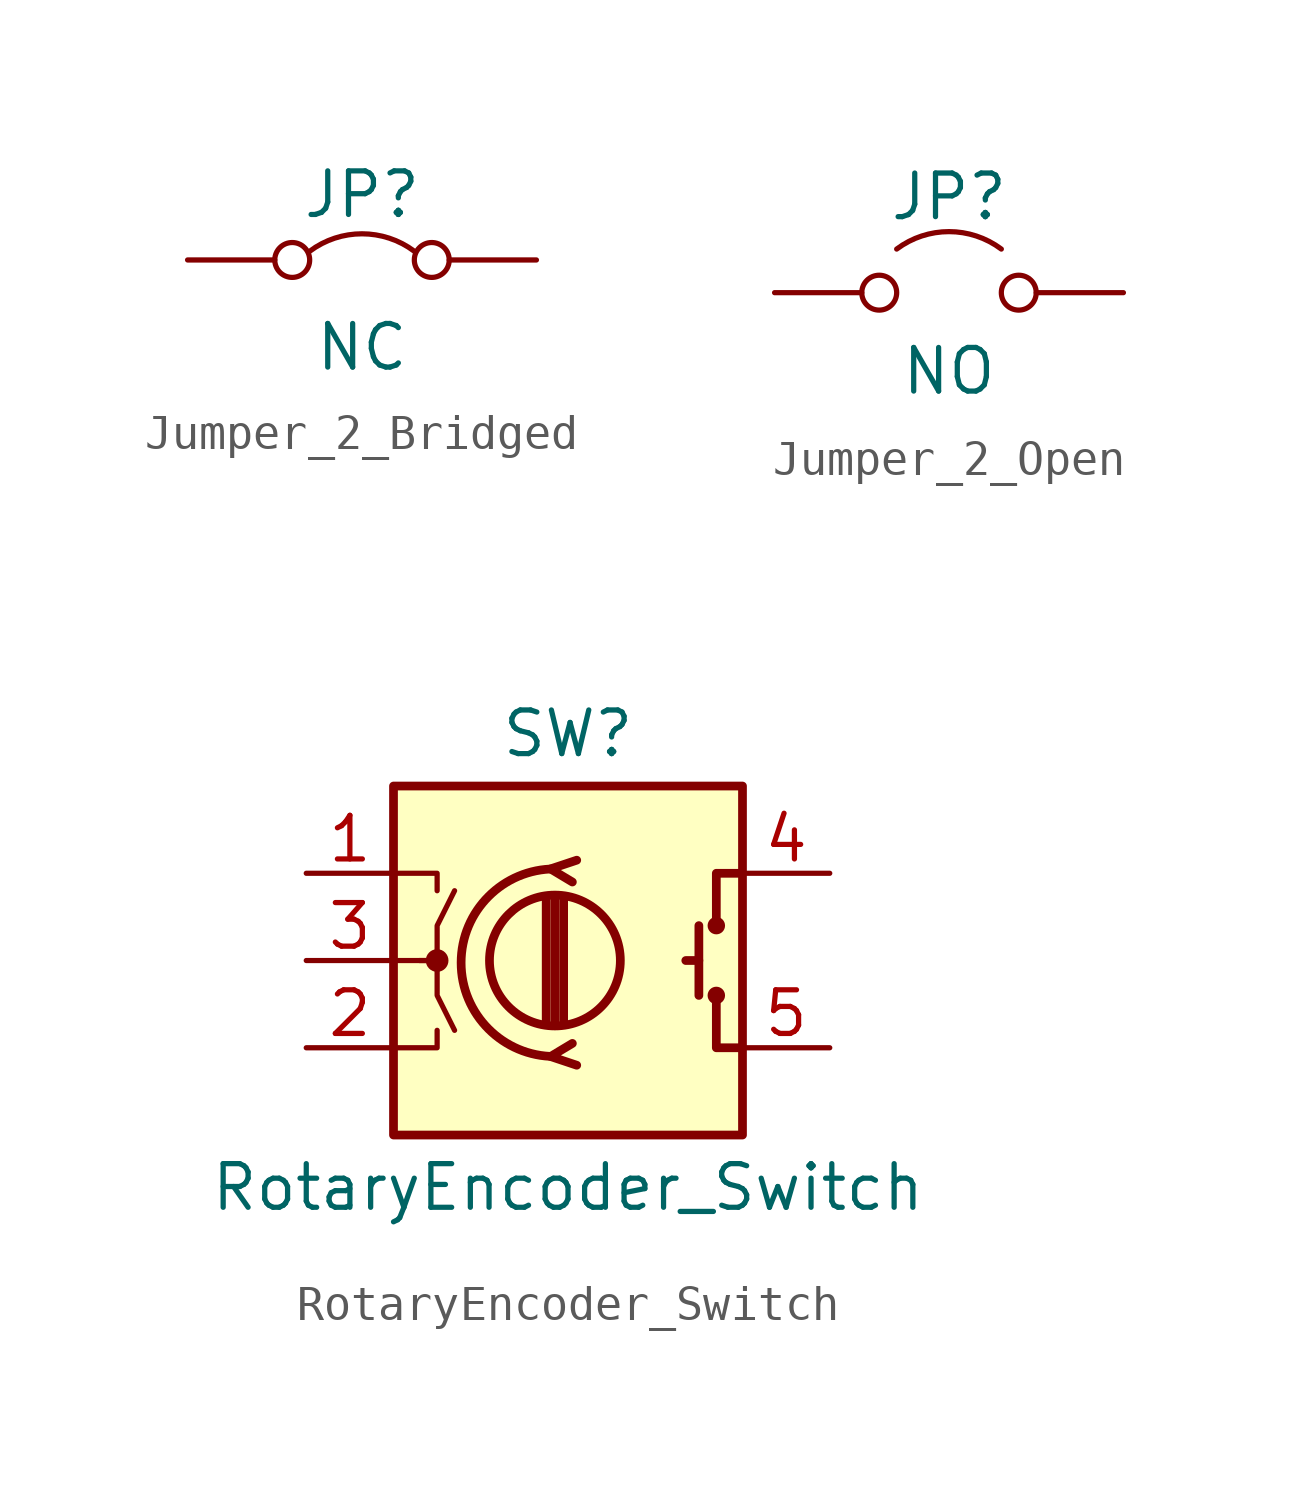
<source format=kicad_sym>
(kicad_symbol_lib
  (version 20241209)
  (generator "kicad_symbol_editor")
  (generator_version "9.0")
  (symbol "Jumper_2_Bridged"
    (pin_numbers
      (hide yes))
    (pin_names
      (offset 0)
      (hide yes))
    (property "Reference" "JP"
      (at 0 1.905 0)
      (effects (font (size 1.27 1.27))))
    (property "Value" "NC"
      (at 0 -2.54 0)
      (effects (font (size 1.27 1.27))))
    (symbol "Jumper_2_Bridged_0_0"
      (circle (center -2.032 0) (radius 0.508) (stroke (width 0) (type default)) (fill (type none)))
      (circle (center 2.032 0) (radius 0.508) (stroke (width 0) (type default)) (fill (type none))))
    (symbol "Jumper_2_Bridged_0_1"
      (arc (start -1.524 0.254) (mid 0 0.762) (end 1.524 0.254) (stroke (width 0) (type default)) (fill (type none))))
    (symbol "Jumper_2_Bridged_1_1"
      (pin passive line (at -5.08 0 0) (length 2.54) (name "A" (effects (font (size 1.27 1.27)))) (number "1" (effects (font (size 1.27 1.27)))))
      (pin passive line (at 5.08 0 180) (length 2.54) (name "B" (effects (font (size 1.27 1.27)))) (number "2" (effects (font (size 1.27 1.27)))))))
  (symbol "Jumper_2_Open"
    (pin_numbers
      (hide yes))
    (pin_names
      (offset 0)
      (hide yes))
    (property "Reference" "JP"
      (at 0 2.794 0)
      (effects (font (size 1.27 1.27))))
    (property "Value" "NO"
      (at 0 -2.286 0)
      (effects (font (size 1.27 1.27))))
    (symbol "Jumper_2_Open_0_0"
      (circle (center -2.032 0) (radius 0.508) (stroke (width 0) (type default)) (fill (type none)))
      (circle (center 2.032 0) (radius 0.508) (stroke (width 0) (type default)) (fill (type none))))
    (symbol "Jumper_2_Open_0_1"
      (arc (start -1.524 1.27) (mid 0 1.778) (end 1.524 1.27) (stroke (width 0) (type default)) (fill (type none))))
    (symbol "Jumper_2_Open_1_1"
      (pin passive line (at -5.08 0 0) (length 2.54) (name "A" (effects (font (size 1.27 1.27)))) (number "1" (effects (font (size 1.27 1.27)))))
      (pin passive line (at 5.08 0 180) (length 2.54) (name "B" (effects (font (size 1.27 1.27)))) (number "2" (effects (font (size 1.27 1.27)))))))
  (symbol "RotaryEncoder_Switch"
    (pin_names
      (offset 0.254)
      (hide yes))
    (property "Reference" "SW"
      (at 0 6.604 0)
      (effects (font (size 1.27 1.27))))
    (property "Value" "RotaryEncoder_Switch"
      (at 0 -6.604 0)
      (effects (font (size 1.27 1.27))))
    (symbol "RotaryEncoder_Switch_0_1"
      (rectangle (start -5.08 5.08) (end 5.08 -5.08) (stroke (width 0.254) (type default)) (fill (type background)))
      (polyline (pts (xy -5.08 2.54) (xy -3.81 2.54) (xy -3.81 2.032)) (stroke (width 0) (type default)) (fill (type none)))
      (polyline (pts (xy -5.08 0) (xy -3.81 0) (xy -3.81 -1.016) (xy -3.302 -2.032)) (stroke (width 0) (type default)) (fill (type none)))
      (polyline (pts (xy -5.08 -2.54) (xy -3.81 -2.54) (xy -3.81 -2.032)) (stroke (width 0) (type default)) (fill (type none)))
      (polyline (pts (xy -4.318 0) (xy -3.81 0) (xy -3.81 1.016) (xy -3.302 2.032)) (stroke (width 0) (type default)) (fill (type none)))
      (circle (center -3.81 0) (radius 0.254) (stroke (width 0) (type default)) (fill (type outline)))
      (polyline (pts (xy -0.635 -1.778) (xy -0.635 1.778)) (stroke (width 0.254) (type default)) (fill (type none)))
      (circle (center -0.381 0) (radius 1.905) (stroke (width 0.254) (type default)) (fill (type none)))
      (polyline (pts (xy -0.381 -1.778) (xy -0.381 1.778)) (stroke (width 0.254) (type default)) (fill (type none)))
      (arc (start -0.381 -2.794) (mid -3.0988 -0.0635) (end -0.381 2.667) (stroke (width 0.254) (type default)) (fill (type none)))
      (polyline (pts (xy -0.127 1.778) (xy -0.127 -1.778)) (stroke (width 0.254) (type default)) (fill (type none)))
      (polyline (pts (xy 0.254 2.921) (xy -0.508 2.667) (xy 0.127 2.286)) (stroke (width 0.254) (type default)) (fill (type none)))
      (polyline (pts (xy 0.254 -3.048) (xy -0.508 -2.794) (xy 0.127 -2.413)) (stroke (width 0.254) (type default)) (fill (type none)))
      (polyline (pts (xy 3.81 1.016) (xy 3.81 -1.016)) (stroke (width 0.254) (type default)) (fill (type none)))
      (polyline (pts (xy 3.81 0) (xy 3.429 0)) (stroke (width 0.254) (type default)) (fill (type none)))
      (circle (center 4.318 1.016) (radius 0.127) (stroke (width 0.254) (type default)) (fill (type none)))
      (circle (center 4.318 -1.016) (radius 0.127) (stroke (width 0.254) (type default)) (fill (type none)))
      (polyline (pts (xy 5.08 2.54) (xy 4.318 2.54) (xy 4.318 1.016)) (stroke (width 0.254) (type default)) (fill (type none)))
      (polyline (pts (xy 5.08 -2.54) (xy 4.318 -2.54) (xy 4.318 -1.016)) (stroke (width 0.254) (type default)) (fill (type none))))
    (symbol "RotaryEncoder_Switch_1_1"
      (pin passive line (at -7.62 2.54 0) (length 2.54) (name "1" (effects (font (size 1.27 1.27)))) (number "1" (effects (font (size 1.27 1.27)))))
      (pin passive line (at -7.62 0 0) (length 2.54) (name "3" (effects (font (size 1.27 1.27)))) (number "3" (effects (font (size 1.27 1.27)))))
      (pin passive line (at -7.62 -2.54 0) (length 2.54) (name "2" (effects (font (size 1.27 1.27)))) (number "2" (effects (font (size 1.27 1.27)))))
      (pin passive line (at 7.62 2.54 180) (length 2.54) (name "4" (effects (font (size 1.27 1.27)))) (number "4" (effects (font (size 1.27 1.27)))))
      (pin passive line (at 7.62 -2.54 180) (length 2.54) (name "5" (effects (font (size 1.27 1.27)))) (number "5" (effects (font (size 1.27 1.27))))))))
</source>
